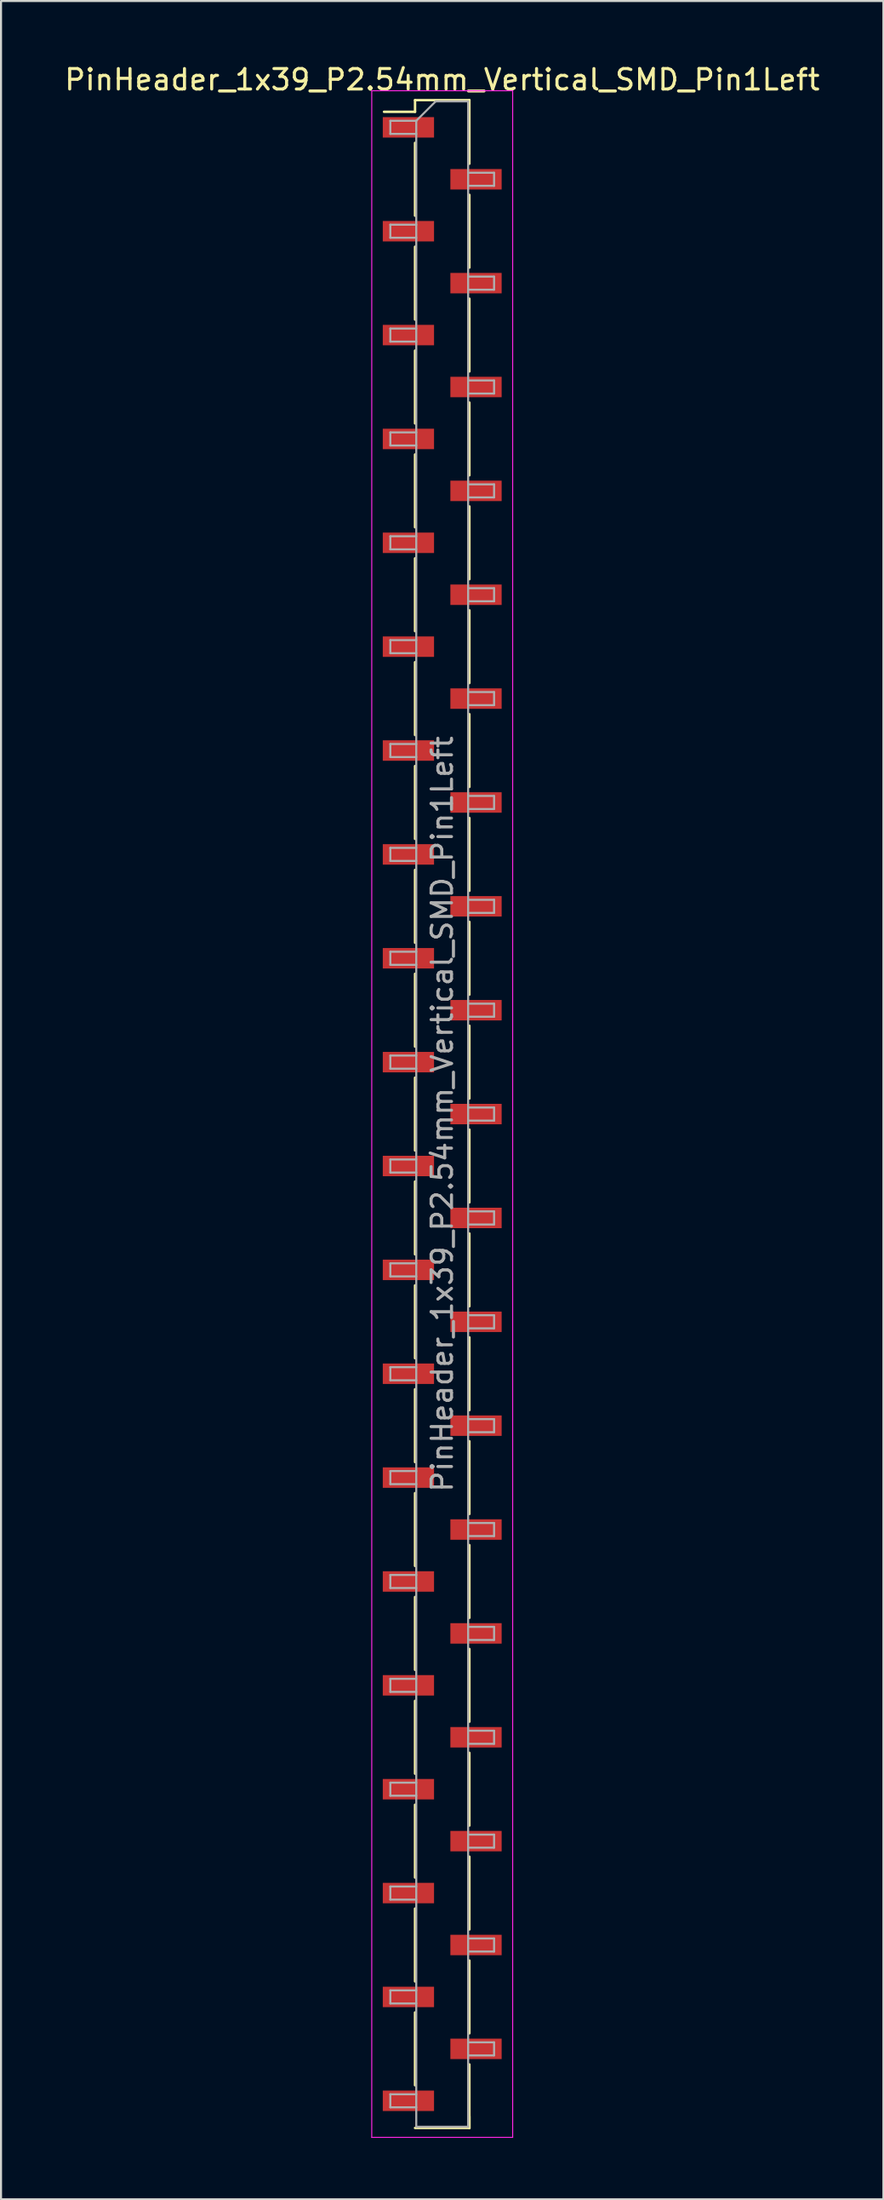
<source format=kicad_pcb>
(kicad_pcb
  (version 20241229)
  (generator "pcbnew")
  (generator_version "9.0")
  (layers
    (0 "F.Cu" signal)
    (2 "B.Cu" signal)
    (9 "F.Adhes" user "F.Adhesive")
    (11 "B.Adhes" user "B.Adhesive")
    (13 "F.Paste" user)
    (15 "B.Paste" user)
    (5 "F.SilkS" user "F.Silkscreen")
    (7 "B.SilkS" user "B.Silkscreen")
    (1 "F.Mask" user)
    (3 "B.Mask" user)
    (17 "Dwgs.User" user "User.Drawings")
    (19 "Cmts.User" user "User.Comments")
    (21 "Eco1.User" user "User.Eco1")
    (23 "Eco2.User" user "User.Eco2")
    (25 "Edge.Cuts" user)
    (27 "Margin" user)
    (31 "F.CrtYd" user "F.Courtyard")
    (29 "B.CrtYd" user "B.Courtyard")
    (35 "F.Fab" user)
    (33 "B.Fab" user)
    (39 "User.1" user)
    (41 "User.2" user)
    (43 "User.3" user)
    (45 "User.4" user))
  (footprint "PinHeader_1x39_P2.54mm_Vertical_SMD_Pin1Left"
    (layer "F.Cu")
    (at 18.601 51.438)
    (property "Reference" "PinHeader_1x39_P2.54mm_Vertical_SMD_Pin1Left" (at 0 -50.59 0) (layer "F.SilkS") (effects (font (size 1 1) (thickness 0.15))))
    (attr smd)
    (fp_line (start -1.33 -49.59) (end -1.33 -49.02) (stroke (width 0.12) (type solid)) (layer "F.SilkS"))
    (fp_line (start -1.33 -49.59) (end 1.33 -49.59) (stroke (width 0.12) (type solid)) (layer "F.SilkS"))
    (fp_line (start -1.33 -49.02) (end -2.85 -49.02) (stroke (width 0.12) (type solid)) (layer "F.SilkS"))
    (fp_line (start -1.33 -47.5) (end -1.33 -43.94) (stroke (width 0.12) (type solid)) (layer "F.SilkS"))
    (fp_line (start -1.33 -42.42) (end -1.33 -38.86) (stroke (width 0.12) (type solid)) (layer "F.SilkS"))
    (fp_line (start -1.33 -37.34) (end -1.33 -33.78) (stroke (width 0.12) (type solid)) (layer "F.SilkS"))
    (fp_line (start -1.33 -32.26) (end -1.33 -28.7) (stroke (width 0.12) (type solid)) (layer "F.SilkS"))
    (fp_line (start -1.33 -27.18) (end -1.33 -23.62) (stroke (width 0.12) (type solid)) (layer "F.SilkS"))
    (fp_line (start -1.33 -22.1) (end -1.33 -18.54) (stroke (width 0.12) (type solid)) (layer "F.SilkS"))
    (fp_line (start -1.33 -17.02) (end -1.33 -13.46) (stroke (width 0.12) (type solid)) (layer "F.SilkS"))
    (fp_line (start -1.33 -11.94) (end -1.33 -8.38) (stroke (width 0.12) (type solid)) (layer "F.SilkS"))
    (fp_line (start -1.33 -6.86) (end -1.33 -3.3) (stroke (width 0.12) (type solid)) (layer "F.SilkS"))
    (fp_line (start -1.33 -1.78) (end -1.33 1.78) (stroke (width 0.12) (type solid)) (layer "F.SilkS"))
    (fp_line (start -1.33 3.3) (end -1.33 6.86) (stroke (width 0.12) (type solid)) (layer "F.SilkS"))
    (fp_line (start -1.33 8.38) (end -1.33 11.94) (stroke (width 0.12) (type solid)) (layer "F.SilkS"))
    (fp_line (start -1.33 13.46) (end -1.33 17.02) (stroke (width 0.12) (type solid)) (layer "F.SilkS"))
    (fp_line (start -1.33 18.54) (end -1.33 22.1) (stroke (width 0.12) (type solid)) (layer "F.SilkS"))
    (fp_line (start -1.33 23.62) (end -1.33 27.18) (stroke (width 0.12) (type solid)) (layer "F.SilkS"))
    (fp_line (start -1.33 28.7) (end -1.33 32.26) (stroke (width 0.12) (type solid)) (layer "F.SilkS"))
    (fp_line (start -1.33 33.78) (end -1.33 37.34) (stroke (width 0.12) (type solid)) (layer "F.SilkS"))
    (fp_line (start -1.33 38.86) (end -1.33 42.42) (stroke (width 0.12) (type solid)) (layer "F.SilkS"))
    (fp_line (start -1.33 43.94) (end -1.33 47.5) (stroke (width 0.12) (type solid)) (layer "F.SilkS"))
    (fp_line (start -1.33 49.59) (end 1.33 49.59) (stroke (width 0.12) (type solid)) (layer "F.SilkS"))
    (fp_line (start 1.33 -49.59) (end 1.33 -46.48) (stroke (width 0.12) (type solid)) (layer "F.SilkS"))
    (fp_line (start 1.33 -44.96) (end 1.33 -41.4) (stroke (width 0.12) (type solid)) (layer "F.SilkS"))
    (fp_line (start 1.33 -39.88) (end 1.33 -36.32) (stroke (width 0.12) (type solid)) (layer "F.SilkS"))
    (fp_line (start 1.33 -34.8) (end 1.33 -31.24) (stroke (width 0.12) (type solid)) (layer "F.SilkS"))
    (fp_line (start 1.33 -29.72) (end 1.33 -26.16) (stroke (width 0.12) (type solid)) (layer "F.SilkS"))
    (fp_line (start 1.33 -24.64) (end 1.33 -21.08) (stroke (width 0.12) (type solid)) (layer "F.SilkS"))
    (fp_line (start 1.33 -19.56) (end 1.33 -16) (stroke (width 0.12) (type solid)) (layer "F.SilkS"))
    (fp_line (start 1.33 -14.48) (end 1.33 -10.92) (stroke (width 0.12) (type solid)) (layer "F.SilkS"))
    (fp_line (start 1.33 -9.4) (end 1.33 -5.84) (stroke (width 0.12) (type solid)) (layer "F.SilkS"))
    (fp_line (start 1.33 -4.32) (end 1.33 -0.76) (stroke (width 0.12) (type solid)) (layer "F.SilkS"))
    (fp_line (start 1.33 0.76) (end 1.33 4.32) (stroke (width 0.12) (type solid)) (layer "F.SilkS"))
    (fp_line (start 1.33 5.84) (end 1.33 9.4) (stroke (width 0.12) (type solid)) (layer "F.SilkS"))
    (fp_line (start 1.33 10.92) (end 1.33 14.48) (stroke (width 0.12) (type solid)) (layer "F.SilkS"))
    (fp_line (start 1.33 16) (end 1.33 19.56) (stroke (width 0.12) (type solid)) (layer "F.SilkS"))
    (fp_line (start 1.33 21.08) (end 1.33 24.64) (stroke (width 0.12) (type solid)) (layer "F.SilkS"))
    (fp_line (start 1.33 26.16) (end 1.33 29.72) (stroke (width 0.12) (type solid)) (layer "F.SilkS"))
    (fp_line (start 1.33 31.24) (end 1.33 34.8) (stroke (width 0.12) (type solid)) (layer "F.SilkS"))
    (fp_line (start 1.33 36.32) (end 1.33 39.88) (stroke (width 0.12) (type solid)) (layer "F.SilkS"))
    (fp_line (start 1.33 41.4) (end 1.33 44.96) (stroke (width 0.12) (type solid)) (layer "F.SilkS"))
    (fp_line (start 1.33 46.48) (end 1.33 49.59) (stroke (width 0.12) (type solid)) (layer "F.SilkS"))
    (fp_line (start 1.33 49.02) (end 1.33 49.59) (stroke (width 0.12) (type solid)) (layer "F.SilkS"))
    (fp_line (start -3.45 -50.05) (end -3.45 50.05) (stroke (width 0.05) (type solid)) (layer "F.CrtYd"))
    (fp_line (start -3.45 50.05) (end 3.45 50.05) (stroke (width 0.05) (type solid)) (layer "F.CrtYd"))
    (fp_line (start 3.45 -50.05) (end -3.45 -50.05) (stroke (width 0.05) (type solid)) (layer "F.CrtYd"))
    (fp_line (start 3.45 50.05) (end 3.45 -50.05) (stroke (width 0.05) (type solid)) (layer "F.CrtYd"))
    (fp_line (start -2.54 -48.58) (end -2.54 -47.94) (stroke (width 0.1) (type solid)) (layer "F.Fab"))
    (fp_line (start -2.54 -47.94) (end -1.27 -47.94) (stroke (width 0.1) (type solid)) (layer "F.Fab"))
    (fp_line (start -2.54 -43.5) (end -2.54 -42.86) (stroke (width 0.1) (type solid)) (layer "F.Fab"))
    (fp_line (start -2.54 -42.86) (end -1.27 -42.86) (stroke (width 0.1) (type solid)) (layer "F.Fab"))
    (fp_line (start -2.54 -38.42) (end -2.54 -37.78) (stroke (width 0.1) (type solid)) (layer "F.Fab"))
    (fp_line (start -2.54 -37.78) (end -1.27 -37.78) (stroke (width 0.1) (type solid)) (layer "F.Fab"))
    (fp_line (start -2.54 -33.34) (end -2.54 -32.7) (stroke (width 0.1) (type solid)) (layer "F.Fab"))
    (fp_line (start -2.54 -32.7) (end -1.27 -32.7) (stroke (width 0.1) (type solid)) (layer "F.Fab"))
    (fp_line (start -2.54 -28.26) (end -2.54 -27.62) (stroke (width 0.1) (type solid)) (layer "F.Fab"))
    (fp_line (start -2.54 -27.62) (end -1.27 -27.62) (stroke (width 0.1) (type solid)) (layer "F.Fab"))
    (fp_line (start -2.54 -23.18) (end -2.54 -22.54) (stroke (width 0.1) (type solid)) (layer "F.Fab"))
    (fp_line (start -2.54 -22.54) (end -1.27 -22.54) (stroke (width 0.1) (type solid)) (layer "F.Fab"))
    (fp_line (start -2.54 -18.1) (end -2.54 -17.46) (stroke (width 0.1) (type solid)) (layer "F.Fab"))
    (fp_line (start -2.54 -17.46) (end -1.27 -17.46) (stroke (width 0.1) (type solid)) (layer "F.Fab"))
    (fp_line (start -2.54 -13.02) (end -2.54 -12.38) (stroke (width 0.1) (type solid)) (layer "F.Fab"))
    (fp_line (start -2.54 -12.38) (end -1.27 -12.38) (stroke (width 0.1) (type solid)) (layer "F.Fab"))
    (fp_line (start -2.54 -7.94) (end -2.54 -7.3) (stroke (width 0.1) (type solid)) (layer "F.Fab"))
    (fp_line (start -2.54 -7.3) (end -1.27 -7.3) (stroke (width 0.1) (type solid)) (layer "F.Fab"))
    (fp_line (start -2.54 -2.86) (end -2.54 -2.22) (stroke (width 0.1) (type solid)) (layer "F.Fab"))
    (fp_line (start -2.54 -2.22) (end -1.27 -2.22) (stroke (width 0.1) (type solid)) (layer "F.Fab"))
    (fp_line (start -2.54 2.22) (end -2.54 2.86) (stroke (width 0.1) (type solid)) (layer "F.Fab"))
    (fp_line (start -2.54 2.86) (end -1.27 2.86) (stroke (width 0.1) (type solid)) (layer "F.Fab"))
    (fp_line (start -2.54 7.3) (end -2.54 7.94) (stroke (width 0.1) (type solid)) (layer "F.Fab"))
    (fp_line (start -2.54 7.94) (end -1.27 7.94) (stroke (width 0.1) (type solid)) (layer "F.Fab"))
    (fp_line (start -2.54 12.38) (end -2.54 13.02) (stroke (width 0.1) (type solid)) (layer "F.Fab"))
    (fp_line (start -2.54 13.02) (end -1.27 13.02) (stroke (width 0.1) (type solid)) (layer "F.Fab"))
    (fp_line (start -2.54 17.46) (end -2.54 18.1) (stroke (width 0.1) (type solid)) (layer "F.Fab"))
    (fp_line (start -2.54 18.1) (end -1.27 18.1) (stroke (width 0.1) (type solid)) (layer "F.Fab"))
    (fp_line (start -2.54 22.54) (end -2.54 23.18) (stroke (width 0.1) (type solid)) (layer "F.Fab"))
    (fp_line (start -2.54 23.18) (end -1.27 23.18) (stroke (width 0.1) (type solid)) (layer "F.Fab"))
    (fp_line (start -2.54 27.62) (end -2.54 28.26) (stroke (width 0.1) (type solid)) (layer "F.Fab"))
    (fp_line (start -2.54 28.26) (end -1.27 28.26) (stroke (width 0.1) (type solid)) (layer "F.Fab"))
    (fp_line (start -2.54 32.7) (end -2.54 33.34) (stroke (width 0.1) (type solid)) (layer "F.Fab"))
    (fp_line (start -2.54 33.34) (end -1.27 33.34) (stroke (width 0.1) (type solid)) (layer "F.Fab"))
    (fp_line (start -2.54 37.78) (end -2.54 38.42) (stroke (width 0.1) (type solid)) (layer "F.Fab"))
    (fp_line (start -2.54 38.42) (end -1.27 38.42) (stroke (width 0.1) (type solid)) (layer "F.Fab"))
    (fp_line (start -2.54 42.86) (end -2.54 43.5) (stroke (width 0.1) (type solid)) (layer "F.Fab"))
    (fp_line (start -2.54 43.5) (end -1.27 43.5) (stroke (width 0.1) (type solid)) (layer "F.Fab"))
    (fp_line (start -2.54 47.94) (end -2.54 48.58) (stroke (width 0.1) (type solid)) (layer "F.Fab"))
    (fp_line (start -2.54 48.58) (end -1.27 48.58) (stroke (width 0.1) (type solid)) (layer "F.Fab"))
    (fp_line (start -1.27 -48.58) (end -2.54 -48.58) (stroke (width 0.1) (type solid)) (layer "F.Fab"))
    (fp_line (start -1.27 -48.58) (end -0.32 -49.53) (stroke (width 0.1) (type solid)) (layer "F.Fab"))
    (fp_line (start -1.27 -43.5) (end -2.54 -43.5) (stroke (width 0.1) (type solid)) (layer "F.Fab"))
    (fp_line (start -1.27 -38.42) (end -2.54 -38.42) (stroke (width 0.1) (type solid)) (layer "F.Fab"))
    (fp_line (start -1.27 -33.34) (end -2.54 -33.34) (stroke (width 0.1) (type solid)) (layer "F.Fab"))
    (fp_line (start -1.27 -28.26) (end -2.54 -28.26) (stroke (width 0.1) (type solid)) (layer "F.Fab"))
    (fp_line (start -1.27 -23.18) (end -2.54 -23.18) (stroke (width 0.1) (type solid)) (layer "F.Fab"))
    (fp_line (start -1.27 -18.1) (end -2.54 -18.1) (stroke (width 0.1) (type solid)) (layer "F.Fab"))
    (fp_line (start -1.27 -13.02) (end -2.54 -13.02) (stroke (width 0.1) (type solid)) (layer "F.Fab"))
    (fp_line (start -1.27 -7.94) (end -2.54 -7.94) (stroke (width 0.1) (type solid)) (layer "F.Fab"))
    (fp_line (start -1.27 -2.86) (end -2.54 -2.86) (stroke (width 0.1) (type solid)) (layer "F.Fab"))
    (fp_line (start -1.27 2.22) (end -2.54 2.22) (stroke (width 0.1) (type solid)) (layer "F.Fab"))
    (fp_line (start -1.27 7.3) (end -2.54 7.3) (stroke (width 0.1) (type solid)) (layer "F.Fab"))
    (fp_line (start -1.27 12.38) (end -2.54 12.38) (stroke (width 0.1) (type solid)) (layer "F.Fab"))
    (fp_line (start -1.27 17.46) (end -2.54 17.46) (stroke (width 0.1) (type solid)) (layer "F.Fab"))
    (fp_line (start -1.27 22.54) (end -2.54 22.54) (stroke (width 0.1) (type solid)) (layer "F.Fab"))
    (fp_line (start -1.27 27.62) (end -2.54 27.62) (stroke (width 0.1) (type solid)) (layer "F.Fab"))
    (fp_line (start -1.27 32.7) (end -2.54 32.7) (stroke (width 0.1) (type solid)) (layer "F.Fab"))
    (fp_line (start -1.27 37.78) (end -2.54 37.78) (stroke (width 0.1) (type solid)) (layer "F.Fab"))
    (fp_line (start -1.27 42.86) (end -2.54 42.86) (stroke (width 0.1) (type solid)) (layer "F.Fab"))
    (fp_line (start -1.27 47.94) (end -2.54 47.94) (stroke (width 0.1) (type solid)) (layer "F.Fab"))
    (fp_line (start -1.27 49.53) (end -1.27 -48.58) (stroke (width 0.1) (type solid)) (layer "F.Fab"))
    (fp_line (start -0.32 -49.53) (end 1.27 -49.53) (stroke (width 0.1) (type solid)) (layer "F.Fab"))
    (fp_line (start 1.27 -49.53) (end 1.27 49.53) (stroke (width 0.1) (type solid)) (layer "F.Fab"))
    (fp_line (start 1.27 -46.04) (end 2.54 -46.04) (stroke (width 0.1) (type solid)) (layer "F.Fab"))
    (fp_line (start 1.27 -40.96) (end 2.54 -40.96) (stroke (width 0.1) (type solid)) (layer "F.Fab"))
    (fp_line (start 1.27 -35.88) (end 2.54 -35.88) (stroke (width 0.1) (type solid)) (layer "F.Fab"))
    (fp_line (start 1.27 -30.8) (end 2.54 -30.8) (stroke (width 0.1) (type solid)) (layer "F.Fab"))
    (fp_line (start 1.27 -25.72) (end 2.54 -25.72) (stroke (width 0.1) (type solid)) (layer "F.Fab"))
    (fp_line (start 1.27 -20.64) (end 2.54 -20.64) (stroke (width 0.1) (type solid)) (layer "F.Fab"))
    (fp_line (start 1.27 -15.56) (end 2.54 -15.56) (stroke (width 0.1) (type solid)) (layer "F.Fab"))
    (fp_line (start 1.27 -10.48) (end 2.54 -10.48) (stroke (width 0.1) (type solid)) (layer "F.Fab"))
    (fp_line (start 1.27 -5.4) (end 2.54 -5.4) (stroke (width 0.1) (type solid)) (layer "F.Fab"))
    (fp_line (start 1.27 -0.32) (end 2.54 -0.32) (stroke (width 0.1) (type solid)) (layer "F.Fab"))
    (fp_line (start 1.27 4.76) (end 2.54 4.76) (stroke (width 0.1) (type solid)) (layer "F.Fab"))
    (fp_line (start 1.27 9.84) (end 2.54 9.84) (stroke (width 0.1) (type solid)) (layer "F.Fab"))
    (fp_line (start 1.27 14.92) (end 2.54 14.92) (stroke (width 0.1) (type solid)) (layer "F.Fab"))
    (fp_line (start 1.27 20) (end 2.54 20) (stroke (width 0.1) (type solid)) (layer "F.Fab"))
    (fp_line (start 1.27 25.08) (end 2.54 25.08) (stroke (width 0.1) (type solid)) (layer "F.Fab"))
    (fp_line (start 1.27 30.16) (end 2.54 30.16) (stroke (width 0.1) (type solid)) (layer "F.Fab"))
    (fp_line (start 1.27 35.24) (end 2.54 35.24) (stroke (width 0.1) (type solid)) (layer "F.Fab"))
    (fp_line (start 1.27 40.32) (end 2.54 40.32) (stroke (width 0.1) (type solid)) (layer "F.Fab"))
    (fp_line (start 1.27 45.4) (end 2.54 45.4) (stroke (width 0.1) (type solid)) (layer "F.Fab"))
    (fp_line (start 1.27 49.53) (end -1.27 49.53) (stroke (width 0.1) (type solid)) (layer "F.Fab"))
    (fp_line (start 2.54 -46.04) (end 2.54 -45.4) (stroke (width 0.1) (type solid)) (layer "F.Fab"))
    (fp_line (start 2.54 -45.4) (end 1.27 -45.4) (stroke (width 0.1) (type solid)) (layer "F.Fab"))
    (fp_line (start 2.54 -40.96) (end 2.54 -40.32) (stroke (width 0.1) (type solid)) (layer "F.Fab"))
    (fp_line (start 2.54 -40.32) (end 1.27 -40.32) (stroke (width 0.1) (type solid)) (layer "F.Fab"))
    (fp_line (start 2.54 -35.88) (end 2.54 -35.24) (stroke (width 0.1) (type solid)) (layer "F.Fab"))
    (fp_line (start 2.54 -35.24) (end 1.27 -35.24) (stroke (width 0.1) (type solid)) (layer "F.Fab"))
    (fp_line (start 2.54 -30.8) (end 2.54 -30.16) (stroke (width 0.1) (type solid)) (layer "F.Fab"))
    (fp_line (start 2.54 -30.16) (end 1.27 -30.16) (stroke (width 0.1) (type solid)) (layer "F.Fab"))
    (fp_line (start 2.54 -25.72) (end 2.54 -25.08) (stroke (width 0.1) (type solid)) (layer "F.Fab"))
    (fp_line (start 2.54 -25.08) (end 1.27 -25.08) (stroke (width 0.1) (type solid)) (layer "F.Fab"))
    (fp_line (start 2.54 -20.64) (end 2.54 -20) (stroke (width 0.1) (type solid)) (layer "F.Fab"))
    (fp_line (start 2.54 -20) (end 1.27 -20) (stroke (width 0.1) (type solid)) (layer "F.Fab"))
    (fp_line (start 2.54 -15.56) (end 2.54 -14.92) (stroke (width 0.1) (type solid)) (layer "F.Fab"))
    (fp_line (start 2.54 -14.92) (end 1.27 -14.92) (stroke (width 0.1) (type solid)) (layer "F.Fab"))
    (fp_line (start 2.54 -10.48) (end 2.54 -9.84) (stroke (width 0.1) (type solid)) (layer "F.Fab"))
    (fp_line (start 2.54 -9.84) (end 1.27 -9.84) (stroke (width 0.1) (type solid)) (layer "F.Fab"))
    (fp_line (start 2.54 -5.4) (end 2.54 -4.76) (stroke (width 0.1) (type solid)) (layer "F.Fab"))
    (fp_line (start 2.54 -4.76) (end 1.27 -4.76) (stroke (width 0.1) (type solid)) (layer "F.Fab"))
    (fp_line (start 2.54 -0.32) (end 2.54 0.32) (stroke (width 0.1) (type solid)) (layer "F.Fab"))
    (fp_line (start 2.54 0.32) (end 1.27 0.32) (stroke (width 0.1) (type solid)) (layer "F.Fab"))
    (fp_line (start 2.54 4.76) (end 2.54 5.4) (stroke (width 0.1) (type solid)) (layer "F.Fab"))
    (fp_line (start 2.54 5.4) (end 1.27 5.4) (stroke (width 0.1) (type solid)) (layer "F.Fab"))
    (fp_line (start 2.54 9.84) (end 2.54 10.48) (stroke (width 0.1) (type solid)) (layer "F.Fab"))
    (fp_line (start 2.54 10.48) (end 1.27 10.48) (stroke (width 0.1) (type solid)) (layer "F.Fab"))
    (fp_line (start 2.54 14.92) (end 2.54 15.56) (stroke (width 0.1) (type solid)) (layer "F.Fab"))
    (fp_line (start 2.54 15.56) (end 1.27 15.56) (stroke (width 0.1) (type solid)) (layer "F.Fab"))
    (fp_line (start 2.54 20) (end 2.54 20.64) (stroke (width 0.1) (type solid)) (layer "F.Fab"))
    (fp_line (start 2.54 20.64) (end 1.27 20.64) (stroke (width 0.1) (type solid)) (layer "F.Fab"))
    (fp_line (start 2.54 25.08) (end 2.54 25.72) (stroke (width 0.1) (type solid)) (layer "F.Fab"))
    (fp_line (start 2.54 25.72) (end 1.27 25.72) (stroke (width 0.1) (type solid)) (layer "F.Fab"))
    (fp_line (start 2.54 30.16) (end 2.54 30.8) (stroke (width 0.1) (type solid)) (layer "F.Fab"))
    (fp_line (start 2.54 30.8) (end 1.27 30.8) (stroke (width 0.1) (type solid)) (layer "F.Fab"))
    (fp_line (start 2.54 35.24) (end 2.54 35.88) (stroke (width 0.1) (type solid)) (layer "F.Fab"))
    (fp_line (start 2.54 35.88) (end 1.27 35.88) (stroke (width 0.1) (type solid)) (layer "F.Fab"))
    (fp_line (start 2.54 40.32) (end 2.54 40.96) (stroke (width 0.1) (type solid)) (layer "F.Fab"))
    (fp_line (start 2.54 40.96) (end 1.27 40.96) (stroke (width 0.1) (type solid)) (layer "F.Fab"))
    (fp_line (start 2.54 45.4) (end 2.54 46.04) (stroke (width 0.1) (type solid)) (layer "F.Fab"))
    (fp_line (start 2.54 46.04) (end 1.27 46.04) (stroke (width 0.1) (type solid)) (layer "F.Fab"))
    (fp_text user "${REFERENCE}" (at 0 0 90) (layer "F.Fab") (effects (font (size 1 1) (thickness 0.15))))
    (pad "1" smd rect (at -1.655 -48.26) (size 2.51 1) (layers "F.Cu" "F.Mask" "F.Paste"))
    (pad "2" smd rect (at 1.655 -45.72) (size 2.51 1) (layers "F.Cu" "F.Mask" "F.Paste"))
    (pad "3" smd rect (at -1.655 -43.18) (size 2.51 1) (layers "F.Cu" "F.Mask" "F.Paste"))
    (pad "4" smd rect (at 1.655 -40.64) (size 2.51 1) (layers "F.Cu" "F.Mask" "F.Paste"))
    (pad "5" smd rect (at -1.655 -38.1) (size 2.51 1) (layers "F.Cu" "F.Mask" "F.Paste"))
    (pad "6" smd rect (at 1.655 -35.56) (size 2.51 1) (layers "F.Cu" "F.Mask" "F.Paste"))
    (pad "7" smd rect (at -1.655 -33.02) (size 2.51 1) (layers "F.Cu" "F.Mask" "F.Paste"))
    (pad "8" smd rect (at 1.655 -30.48) (size 2.51 1) (layers "F.Cu" "F.Mask" "F.Paste"))
    (pad "9" smd rect (at -1.655 -27.94) (size 2.51 1) (layers "F.Cu" "F.Mask" "F.Paste"))
    (pad "10" smd rect (at 1.655 -25.4) (size 2.51 1) (layers "F.Cu" "F.Mask" "F.Paste"))
    (pad "11" smd rect (at -1.655 -22.86) (size 2.51 1) (layers "F.Cu" "F.Mask" "F.Paste"))
    (pad "12" smd rect (at 1.655 -20.32) (size 2.51 1) (layers "F.Cu" "F.Mask" "F.Paste"))
    (pad "13" smd rect (at -1.655 -17.78) (size 2.51 1) (layers "F.Cu" "F.Mask" "F.Paste"))
    (pad "14" smd rect (at 1.655 -15.24) (size 2.51 1) (layers "F.Cu" "F.Mask" "F.Paste"))
    (pad "15" smd rect (at -1.655 -12.7) (size 2.51 1) (layers "F.Cu" "F.Mask" "F.Paste"))
    (pad "16" smd rect (at 1.655 -10.16) (size 2.51 1) (layers "F.Cu" "F.Mask" "F.Paste"))
    (pad "17" smd rect (at -1.655 -7.62) (size 2.51 1) (layers "F.Cu" "F.Mask" "F.Paste"))
    (pad "18" smd rect (at 1.655 -5.08) (size 2.51 1) (layers "F.Cu" "F.Mask" "F.Paste"))
    (pad "19" smd rect (at -1.655 -2.54) (size 2.51 1) (layers "F.Cu" "F.Mask" "F.Paste"))
    (pad "20" smd rect (at 1.655 0) (size 2.51 1) (layers "F.Cu" "F.Mask" "F.Paste"))
    (pad "21" smd rect (at -1.655 2.54) (size 2.51 1) (layers "F.Cu" "F.Mask" "F.Paste"))
    (pad "22" smd rect (at 1.655 5.08) (size 2.51 1) (layers "F.Cu" "F.Mask" "F.Paste"))
    (pad "23" smd rect (at -1.655 7.62) (size 2.51 1) (layers "F.Cu" "F.Mask" "F.Paste"))
    (pad "24" smd rect (at 1.655 10.16) (size 2.51 1) (layers "F.Cu" "F.Mask" "F.Paste"))
    (pad "25" smd rect (at -1.655 12.7) (size 2.51 1) (layers "F.Cu" "F.Mask" "F.Paste"))
    (pad "26" smd rect (at 1.655 15.24) (size 2.51 1) (layers "F.Cu" "F.Mask" "F.Paste"))
    (pad "27" smd rect (at -1.655 17.78) (size 2.51 1) (layers "F.Cu" "F.Mask" "F.Paste"))
    (pad "28" smd rect (at 1.655 20.32) (size 2.51 1) (layers "F.Cu" "F.Mask" "F.Paste"))
    (pad "29" smd rect (at -1.655 22.86) (size 2.51 1) (layers "F.Cu" "F.Mask" "F.Paste"))
    (pad "30" smd rect (at 1.655 25.4) (size 2.51 1) (layers "F.Cu" "F.Mask" "F.Paste"))
    (pad "31" smd rect (at -1.655 27.94) (size 2.51 1) (layers "F.Cu" "F.Mask" "F.Paste"))
    (pad "32" smd rect (at 1.655 30.48) (size 2.51 1) (layers "F.Cu" "F.Mask" "F.Paste"))
    (pad "33" smd rect (at -1.655 33.02) (size 2.51 1) (layers "F.Cu" "F.Mask" "F.Paste"))
    (pad "34" smd rect (at 1.655 35.56) (size 2.51 1) (layers "F.Cu" "F.Mask" "F.Paste"))
    (pad "35" smd rect (at -1.655 38.1) (size 2.51 1) (layers "F.Cu" "F.Mask" "F.Paste"))
    (pad "36" smd rect (at 1.655 40.64) (size 2.51 1) (layers "F.Cu" "F.Mask" "F.Paste"))
    (pad "37" smd rect (at -1.655 43.18) (size 2.51 1) (layers "F.Cu" "F.Mask" "F.Paste"))
    (pad "38" smd rect (at 1.655 45.72) (size 2.51 1) (layers "F.Cu" "F.Mask" "F.Paste"))
    (pad "39" smd rect (at -1.655 48.26) (size 2.51 1) (layers "F.Cu" "F.Mask" "F.Paste")))
  (gr_rect
    (start -3 -3)
    (end 40.202 104.513)
    (stroke (width 0.1) (type default))
    (fill no)
    (layer "Edge.Cuts")))
</source>
